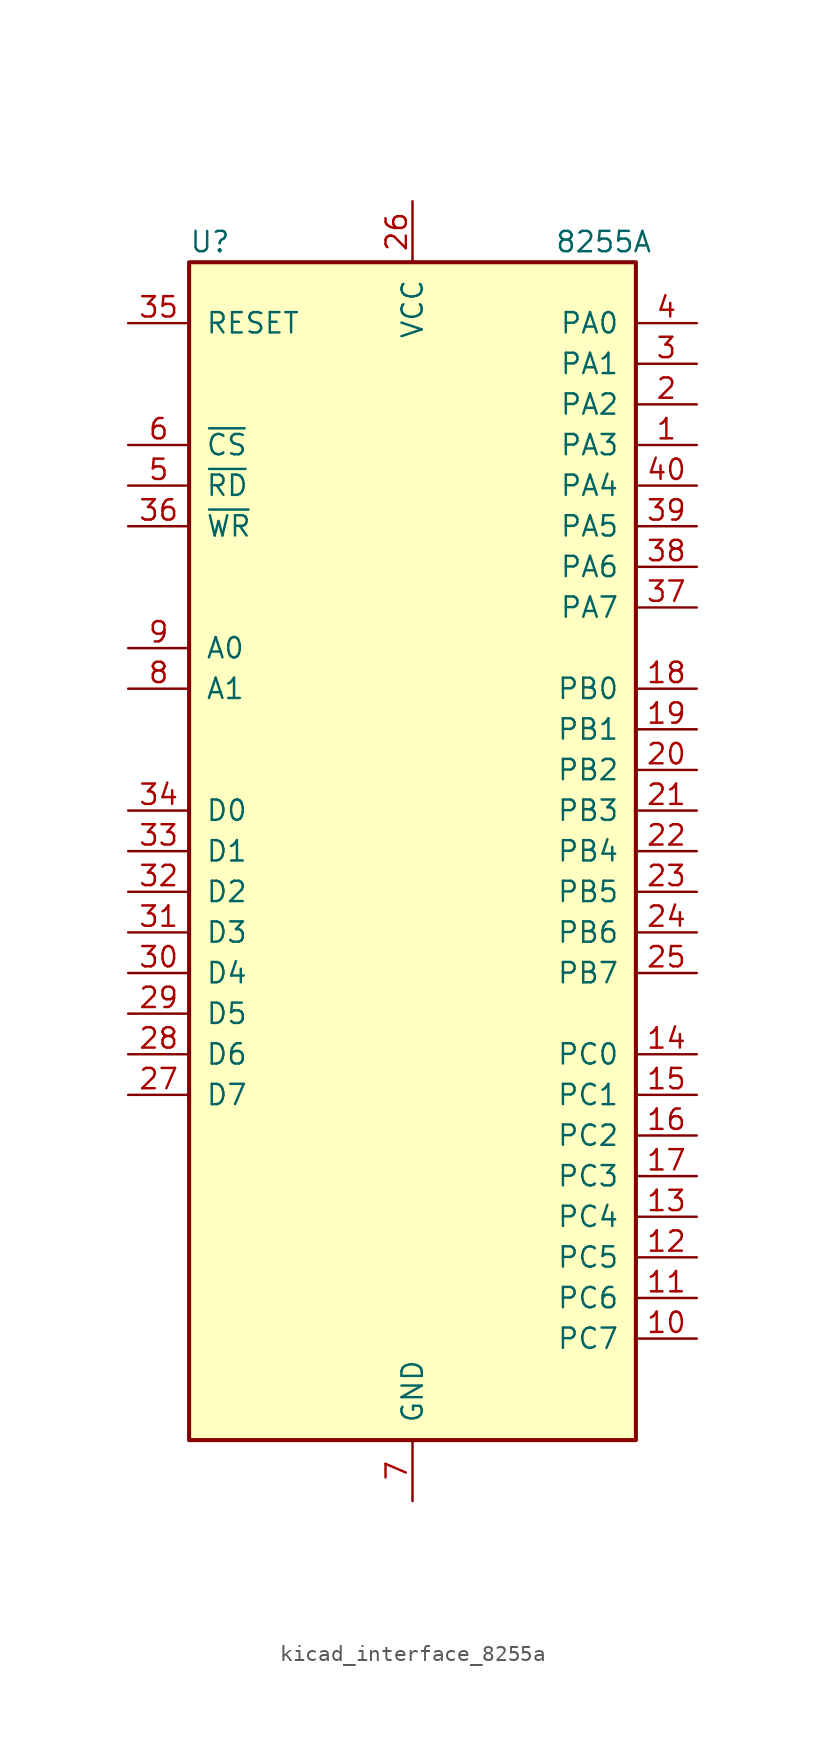
<source format=kicad_sym>
(kicad_symbol_lib
  (version 20220914)
  (generator kicad_symbol_editor)
  (symbol "kicad_interface_8255a"
    (pin_names
      (offset 1.016))
    (property "Reference" "U"
      (at -13.97 38.1 0)
      (effects (font (size 1.27 1.27)) (justify left)))
    (property "Value" "8255A"
      (at 8.89 38.1 0)
      (effects (font (size 1.27 1.27)) (justify left)))
    (symbol "kicad_interface_8255a_1_1"
      (rectangle (start -13.97 -36.83) (end 13.97 36.83) (stroke (width 0.254) (type default)) (fill (type background)))
      (pin bidirectional line (at 17.78 25.4 180) (length 3.81) (name "PA3" (effects (font (size 1.27 1.27)))) (number "1" (effects (font (size 1.27 1.27)))))
      (pin bidirectional line (at 17.78 -30.48 180) (length 3.81) (name "PC7" (effects (font (size 1.27 1.27)))) (number "10" (effects (font (size 1.27 1.27)))))
      (pin bidirectional line (at 17.78 -27.94 180) (length 3.81) (name "PC6" (effects (font (size 1.27 1.27)))) (number "11" (effects (font (size 1.27 1.27)))))
      (pin bidirectional line (at 17.78 -25.4 180) (length 3.81) (name "PC5" (effects (font (size 1.27 1.27)))) (number "12" (effects (font (size 1.27 1.27)))))
      (pin bidirectional line (at 17.78 -22.86 180) (length 3.81) (name "PC4" (effects (font (size 1.27 1.27)))) (number "13" (effects (font (size 1.27 1.27)))))
      (pin bidirectional line (at 17.78 -12.7 180) (length 3.81) (name "PC0" (effects (font (size 1.27 1.27)))) (number "14" (effects (font (size 1.27 1.27)))))
      (pin bidirectional line (at 17.78 -15.24 180) (length 3.81) (name "PC1" (effects (font (size 1.27 1.27)))) (number "15" (effects (font (size 1.27 1.27)))))
      (pin bidirectional line (at 17.78 -17.78 180) (length 3.81) (name "PC2" (effects (font (size 1.27 1.27)))) (number "16" (effects (font (size 1.27 1.27)))))
      (pin bidirectional line (at 17.78 -20.32 180) (length 3.81) (name "PC3" (effects (font (size 1.27 1.27)))) (number "17" (effects (font (size 1.27 1.27)))))
      (pin bidirectional line (at 17.78 10.16 180) (length 3.81) (name "PB0" (effects (font (size 1.27 1.27)))) (number "18" (effects (font (size 1.27 1.27)))))
      (pin bidirectional line (at 17.78 7.62 180) (length 3.81) (name "PB1" (effects (font (size 1.27 1.27)))) (number "19" (effects (font (size 1.27 1.27)))))
      (pin bidirectional line (at 17.78 27.94 180) (length 3.81) (name "PA2" (effects (font (size 1.27 1.27)))) (number "2" (effects (font (size 1.27 1.27)))))
      (pin bidirectional line (at 17.78 5.08 180) (length 3.81) (name "PB2" (effects (font (size 1.27 1.27)))) (number "20" (effects (font (size 1.27 1.27)))))
      (pin bidirectional line (at 17.78 2.54 180) (length 3.81) (name "PB3" (effects (font (size 1.27 1.27)))) (number "21" (effects (font (size 1.27 1.27)))))
      (pin bidirectional line (at 17.78 0 180) (length 3.81) (name "PB4" (effects (font (size 1.27 1.27)))) (number "22" (effects (font (size 1.27 1.27)))))
      (pin bidirectional line (at 17.78 -2.54 180) (length 3.81) (name "PB5" (effects (font (size 1.27 1.27)))) (number "23" (effects (font (size 1.27 1.27)))))
      (pin bidirectional line (at 17.78 -5.08 180) (length 3.81) (name "PB6" (effects (font (size 1.27 1.27)))) (number "24" (effects (font (size 1.27 1.27)))))
      (pin bidirectional line (at 17.78 -7.62 180) (length 3.81) (name "PB7" (effects (font (size 1.27 1.27)))) (number "25" (effects (font (size 1.27 1.27)))))
      (pin power_in line (at 0 40.64 270) (length 3.81) (name "VCC" (effects (font (size 1.27 1.27)))) (number "26" (effects (font (size 1.27 1.27)))))
      (pin bidirectional line (at -17.78 -15.24 0) (length 3.81) (name "D7" (effects (font (size 1.27 1.27)))) (number "27" (effects (font (size 1.27 1.27)))))
      (pin bidirectional line (at -17.78 -12.7 0) (length 3.81) (name "D6" (effects (font (size 1.27 1.27)))) (number "28" (effects (font (size 1.27 1.27)))))
      (pin bidirectional line (at -17.78 -10.16 0) (length 3.81) (name "D5" (effects (font (size 1.27 1.27)))) (number "29" (effects (font (size 1.27 1.27)))))
      (pin bidirectional line (at 17.78 30.48 180) (length 3.81) (name "PA1" (effects (font (size 1.27 1.27)))) (number "3" (effects (font (size 1.27 1.27)))))
      (pin bidirectional line (at -17.78 -7.62 0) (length 3.81) (name "D4" (effects (font (size 1.27 1.27)))) (number "30" (effects (font (size 1.27 1.27)))))
      (pin bidirectional line (at -17.78 -5.08 0) (length 3.81) (name "D3" (effects (font (size 1.27 1.27)))) (number "31" (effects (font (size 1.27 1.27)))))
      (pin bidirectional line (at -17.78 -2.54 0) (length 3.81) (name "D2" (effects (font (size 1.27 1.27)))) (number "32" (effects (font (size 1.27 1.27)))))
      (pin bidirectional line (at -17.78 0 0) (length 3.81) (name "D1" (effects (font (size 1.27 1.27)))) (number "33" (effects (font (size 1.27 1.27)))))
      (pin bidirectional line (at -17.78 2.54 0) (length 3.81) (name "D0" (effects (font (size 1.27 1.27)))) (number "34" (effects (font (size 1.27 1.27)))))
      (pin input line (at -17.78 33.02 0) (length 3.81) (name "RESET" (effects (font (size 1.27 1.27)))) (number "35" (effects (font (size 1.27 1.27)))))
      (pin input line (at -17.78 20.32 0) (length 3.81) (name "~{WR}" (effects (font (size 1.27 1.27)))) (number "36" (effects (font (size 1.27 1.27)))))
      (pin bidirectional line (at 17.78 15.24 180) (length 3.81) (name "PA7" (effects (font (size 1.27 1.27)))) (number "37" (effects (font (size 1.27 1.27)))))
      (pin bidirectional line (at 17.78 17.78 180) (length 3.81) (name "PA6" (effects (font (size 1.27 1.27)))) (number "38" (effects (font (size 1.27 1.27)))))
      (pin bidirectional line (at 17.78 20.32 180) (length 3.81) (name "PA5" (effects (font (size 1.27 1.27)))) (number "39" (effects (font (size 1.27 1.27)))))
      (pin bidirectional line (at 17.78 33.02 180) (length 3.81) (name "PA0" (effects (font (size 1.27 1.27)))) (number "4" (effects (font (size 1.27 1.27)))))
      (pin bidirectional line (at 17.78 22.86 180) (length 3.81) (name "PA4" (effects (font (size 1.27 1.27)))) (number "40" (effects (font (size 1.27 1.27)))))
      (pin input line (at -17.78 22.86 0) (length 3.81) (name "~{RD}" (effects (font (size 1.27 1.27)))) (number "5" (effects (font (size 1.27 1.27)))))
      (pin input line (at -17.78 25.4 0) (length 3.81) (name "~{CS}" (effects (font (size 1.27 1.27)))) (number "6" (effects (font (size 1.27 1.27)))))
      (pin power_in line (at 0 -40.64 90) (length 3.81) (name "GND" (effects (font (size 1.27 1.27)))) (number "7" (effects (font (size 1.27 1.27)))))
      (pin input line (at -17.78 10.16 0) (length 3.81) (name "A1" (effects (font (size 1.27 1.27)))) (number "8" (effects (font (size 1.27 1.27)))))
      (pin input line (at -17.78 12.7 0) (length 3.81) (name "A0" (effects (font (size 1.27 1.27)))) (number "9" (effects (font (size 1.27 1.27))))))))
</source>
